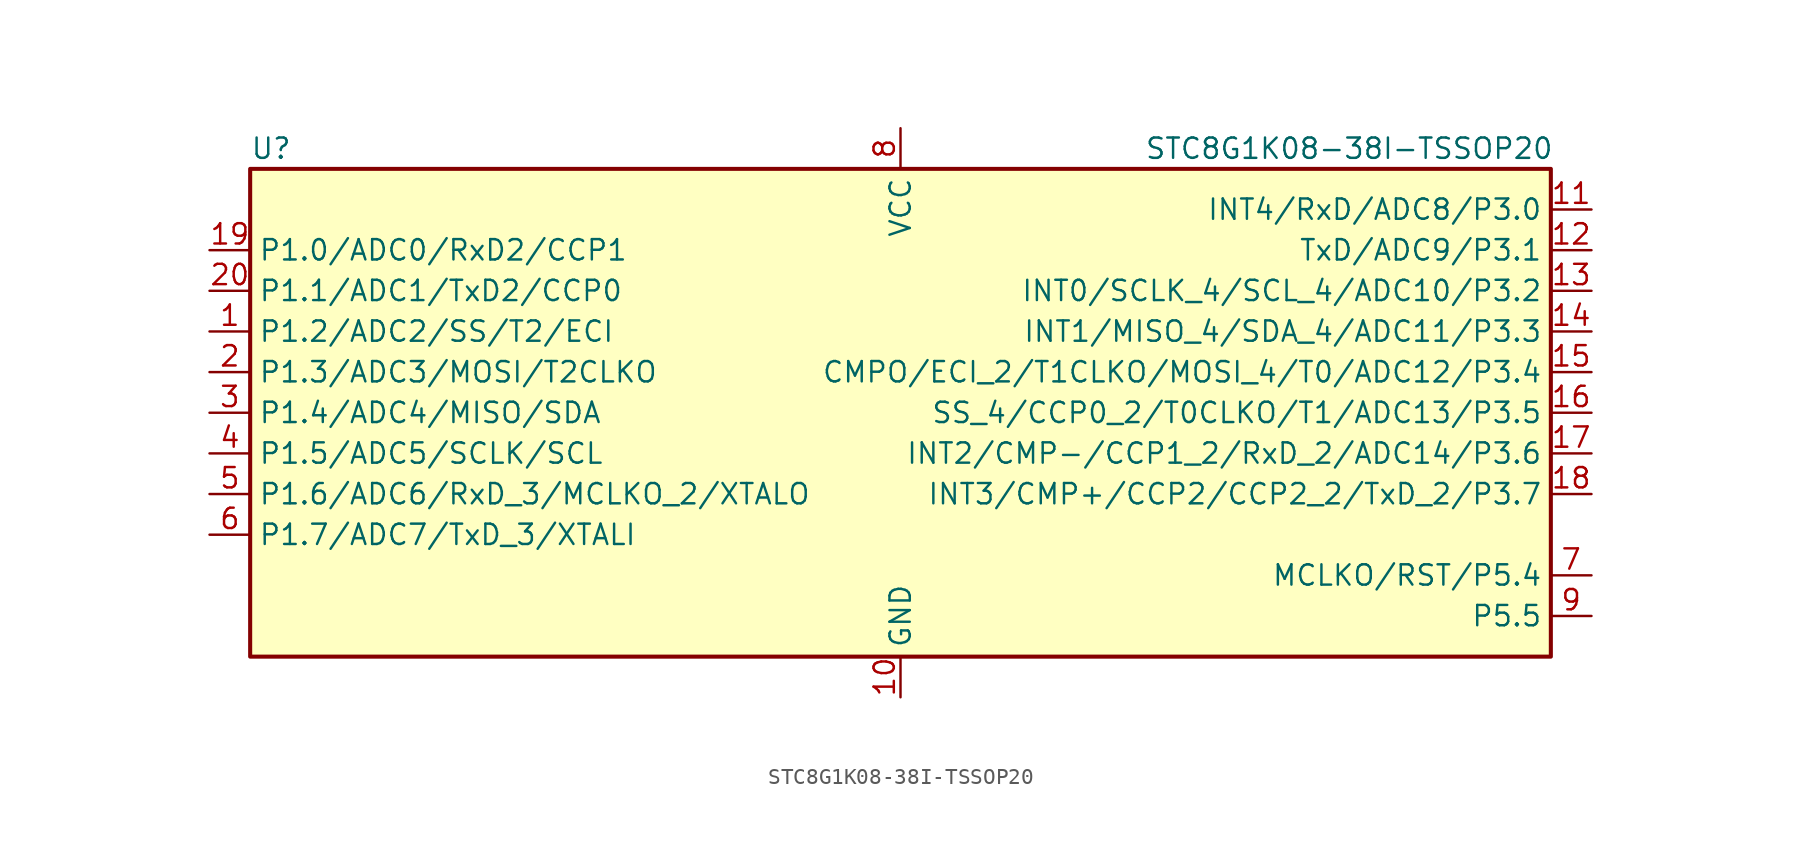
<source format=kicad_sym>
(kicad_symbol_lib
  (version 20220914)
  (generator kicad_symbol_editor)
  (symbol "STC8G1K08-38I-TSSOP20"
    (property "Reference" "U"
      (at -40.64 16.51 0)
      (effects (font (size 1.27 1.27)) (justify left)))
    (property "Value" "STC8G1K08-38I-TSSOP20"
      (at 15.24 16.51 0)
      (effects (font (size 1.27 1.27)) (justify left)))
    (symbol "STC8G1K08-38I-TSSOP20_0_1"
      (rectangle (start -40.64 15.24) (end 40.64 -15.24) (stroke (width 0.254) (type default)) (fill (type background))))
    (symbol "STC8G1K08-38I-TSSOP20_1_1"
      (pin bidirectional line (at -43.18 5.08 0) (length 2.54) (name "P1.2/ADC2/SS/T2/ECI" (effects (font (size 1.27 1.27)))) (number "1" (effects (font (size 1.27 1.27)))))
      (pin power_in line (at 0 -17.78 90) (length 2.54) (name "GND" (effects (font (size 1.27 1.27)))) (number "10" (effects (font (size 1.27 1.27)))))
      (pin bidirectional line (at 43.18 12.7 180) (length 2.54) (name "INT4/RxD/ADC8/P3.0" (effects (font (size 1.27 1.27)))) (number "11" (effects (font (size 1.27 1.27)))))
      (pin bidirectional line (at 43.18 10.16 180) (length 2.54) (name "TxD/ADC9/P3.1" (effects (font (size 1.27 1.27)))) (number "12" (effects (font (size 1.27 1.27)))))
      (pin bidirectional line (at 43.18 7.62 180) (length 2.54) (name "INT0/SCLK_4/SCL_4/ADC10/P3.2" (effects (font (size 1.27 1.27)))) (number "13" (effects (font (size 1.27 1.27)))))
      (pin bidirectional line (at 43.18 5.08 180) (length 2.54) (name "INT1/MISO_4/SDA_4/ADC11/P3.3" (effects (font (size 1.27 1.27)))) (number "14" (effects (font (size 1.27 1.27)))))
      (pin bidirectional line (at 43.18 2.54 180) (length 2.54) (name "CMPO/ECI_2/T1CLKO/MOSI_4/T0/ADC12/P3.4" (effects (font (size 1.27 1.27)))) (number "15" (effects (font (size 1.27 1.27)))))
      (pin bidirectional line (at 43.18 0 180) (length 2.54) (name "SS_4/CCP0_2/T0CLKO/T1/ADC13/P3.5" (effects (font (size 1.27 1.27)))) (number "16" (effects (font (size 1.27 1.27)))))
      (pin bidirectional line (at 43.18 -2.54 180) (length 2.54) (name "INT2/CMP-/CCP1_2/RxD_2/ADC14/P3.6" (effects (font (size 1.27 1.27)))) (number "17" (effects (font (size 1.27 1.27)))))
      (pin bidirectional line (at 43.18 -5.08 180) (length 2.54) (name "INT3/CMP+/CCP2/CCP2_2/TxD_2/P3.7" (effects (font (size 1.27 1.27)))) (number "18" (effects (font (size 1.27 1.27)))))
      (pin bidirectional line (at -43.18 10.16 0) (length 2.54) (name "P1.0/ADC0/RxD2/CCP1" (effects (font (size 1.27 1.27)))) (number "19" (effects (font (size 1.27 1.27)))))
      (pin bidirectional line (at -43.18 2.54 0) (length 2.54) (name "P1.3/ADC3/MOSI/T2CLKO" (effects (font (size 1.27 1.27)))) (number "2" (effects (font (size 1.27 1.27)))))
      (pin bidirectional line (at -43.18 7.62 0) (length 2.54) (name "P1.1/ADC1/TxD2/CCP0" (effects (font (size 1.27 1.27)))) (number "20" (effects (font (size 1.27 1.27)))))
      (pin bidirectional line (at -43.18 0 0) (length 2.54) (name "P1.4/ADC4/MISO/SDA" (effects (font (size 1.27 1.27)))) (number "3" (effects (font (size 1.27 1.27)))))
      (pin bidirectional line (at -43.18 -2.54 0) (length 2.54) (name "P1.5/ADC5/SCLK/SCL" (effects (font (size 1.27 1.27)))) (number "4" (effects (font (size 1.27 1.27)))))
      (pin bidirectional line (at -43.18 -5.08 0) (length 2.54) (name "P1.6/ADC6/RxD_3/MCLKO_2/XTALO" (effects (font (size 1.27 1.27)))) (number "5" (effects (font (size 1.27 1.27)))))
      (pin bidirectional line (at -43.18 -7.62 0) (length 2.54) (name "P1.7/ADC7/TxD_3/XTALI" (effects (font (size 1.27 1.27)))) (number "6" (effects (font (size 1.27 1.27)))))
      (pin bidirectional line (at 43.18 -10.16 180) (length 2.54) (name "MCLKO/RST/P5.4" (effects (font (size 1.27 1.27)))) (number "7" (effects (font (size 1.27 1.27)))))
      (pin power_in line (at 0 17.78 270) (length 2.54) (name "VCC" (effects (font (size 1.27 1.27)))) (number "8" (effects (font (size 1.27 1.27)))))
      (pin bidirectional line (at 43.18 -12.7 180) (length 2.54) (name "P5.5" (effects (font (size 1.27 1.27)))) (number "9" (effects (font (size 1.27 1.27))))))))
</source>
